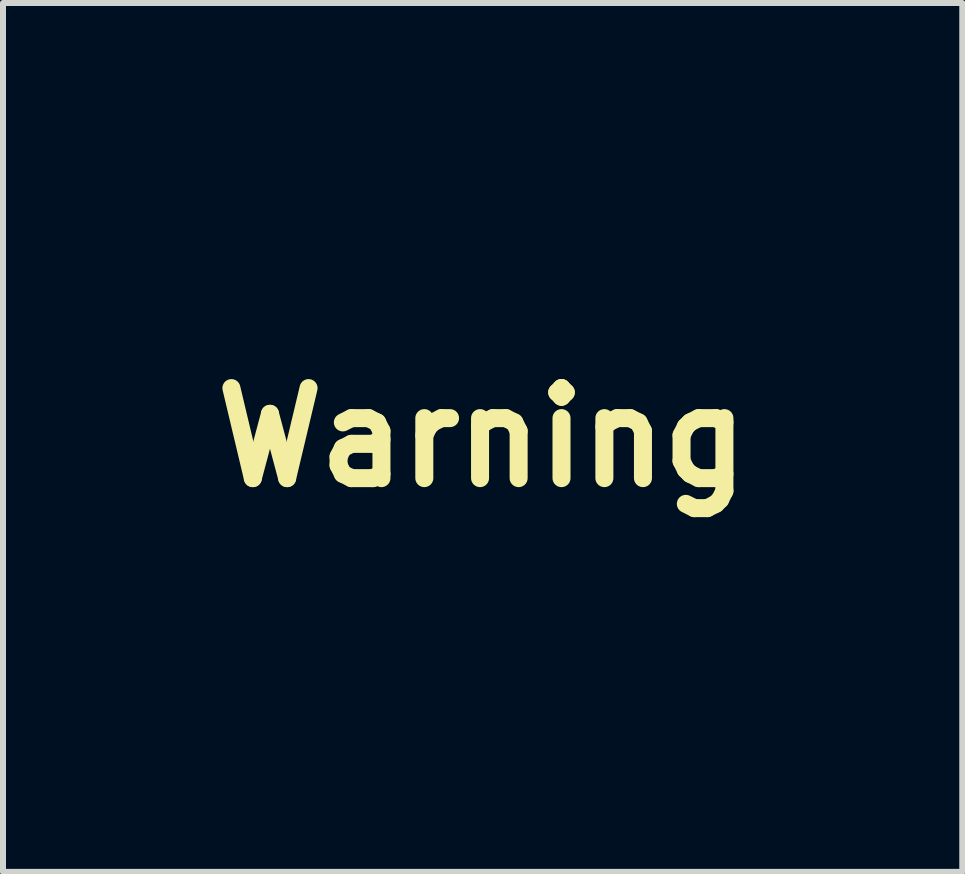
<source format=kicad_pcb>
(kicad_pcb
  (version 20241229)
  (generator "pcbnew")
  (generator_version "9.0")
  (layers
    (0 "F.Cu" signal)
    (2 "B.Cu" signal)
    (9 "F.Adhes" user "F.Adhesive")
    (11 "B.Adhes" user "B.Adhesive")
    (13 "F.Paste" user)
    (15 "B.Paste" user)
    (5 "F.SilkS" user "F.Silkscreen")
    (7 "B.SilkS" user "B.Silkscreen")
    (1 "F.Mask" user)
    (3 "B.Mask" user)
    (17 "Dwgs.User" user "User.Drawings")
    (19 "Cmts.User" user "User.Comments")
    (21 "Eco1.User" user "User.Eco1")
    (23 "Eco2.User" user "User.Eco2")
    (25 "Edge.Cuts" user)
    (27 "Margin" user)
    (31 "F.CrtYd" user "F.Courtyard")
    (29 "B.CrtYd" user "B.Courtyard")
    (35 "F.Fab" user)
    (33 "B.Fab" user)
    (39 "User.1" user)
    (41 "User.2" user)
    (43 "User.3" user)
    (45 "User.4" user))
  (footprint "Warning"
    (layer "F.Cu")
    (at 4.984 4.238)
    (property "Reference" "Warning" (at 0 0 0) (layer "F.SilkS") (effects (font (size 1.5 1.5) (thickness 0.3))))
    (attr board_only exclude_from_pos_files exclude_from_bom)
    (fp_poly (pts (xy 0.082 0.44) (xy 0.135 0.444) (xy 0.175 0.452) (xy 0.211 0.466) (xy 0.239 0.48) (xy 0.344 0.553) (xy 0.425 0.645) (xy 0.483 0.757) (xy 0.503 0.819) (xy 0.518 0.939) (xy 0.505 1.056) (xy 0.465 1.165) (xy 0.399 1.264) (xy 0.31 1.348) (xy 0.221 1.402) (xy 0.153 1.426) (xy 0.067 1.441) (xy -0.022 1.446) (xy -0.103 1.44) (xy -0.137 1.432) (xy -0.2 1.405) (xy -0.27 1.364) (xy -0.335 1.315) (xy -0.385 1.268) (xy -0.391 1.26) (xy -0.457 1.151) (xy -0.494 1.034) (xy -0.502 0.914) (xy -0.487 0.82) (xy -0.442 0.698) (xy -0.372 0.596) (xy -0.279 0.514) (xy -0.223 0.48) (xy -0.184 0.461) (xy -0.147 0.449) (xy -0.104 0.442) (xy -0.045 0.44) (xy 0.008 0.439)) (stroke (width 0) (type solid)) (fill yes) (layer "F.Mask"))
    (fp_poly (pts (xy 4.686 -3.695) (xy 4.754 -3.577) (xy 4.817 -3.466) (xy 4.874 -3.366) (xy 4.921 -3.28) (xy 4.959 -3.21) (xy 4.985 -3.16) (xy 4.998 -3.133) (xy 4.999 -3.129) (xy 4.992 -3.112) (xy 4.97 -3.071) (xy 4.935 -3.007) (xy 4.887 -2.923) (xy 4.83 -2.821) (xy 4.762 -2.702) (xy 4.686 -2.57) (xy 4.603 -2.425) (xy 4.514 -2.271) (xy 4.421 -2.108) (xy 4.404 -2.081) (xy 3.81 -1.056) (xy 3.589 -1.052) (xy 3.367 -1.047) (xy 2.581 0.311) (xy 2.472 0.5) (xy 2.367 0.682) (xy 2.266 0.856) (xy 2.172 1.019) (xy 2.085 1.17) (xy 2.006 1.307) (xy 1.937 1.427) (xy 1.878 1.53) (xy 1.83 1.612) (xy 1.795 1.673) (xy 1.774 1.711) (xy 1.768 1.722) (xy 1.74 1.774) (xy 1.841 1.959) (xy 1.878 2.028) (xy 1.909 2.088) (xy 1.931 2.133) (xy 1.941 2.158) (xy 1.942 2.16) (xy 1.934 2.176) (xy 1.913 2.216) (xy 1.878 2.279) (xy 1.831 2.362) (xy 1.773 2.463) (xy 1.706 2.581) (xy 1.631 2.713) (xy 1.548 2.857) (xy 1.459 3.012) (xy 1.365 3.174) (xy 1.346 3.207) (xy 0.75 4.238) (xy 0.008 4.238) (xy -0.735 4.238) (xy -1.218 3.402) (xy -1.307 3.248) (xy -1.396 3.095) (xy -1.481 2.948) (xy -1.562 2.808) (xy -1.636 2.68) (xy -1.701 2.567) (xy -1.757 2.471) (xy -1.8 2.395) (xy -1.828 2.347) (xy -1.956 2.128) (xy -1.84 1.951) (xy -1.724 1.775) (xy -1.752 1.722) (xy -1.764 1.701) (xy -1.79 1.656) (xy -1.829 1.588) (xy -1.88 1.498) (xy -1.943 1.39) (xy -2.015 1.264) (xy -2.097 1.122) (xy -2.186 0.967) (xy -2.283 0.8) (xy -2.385 0.624) (xy -2.492 0.439) (xy -2.566 0.311) (xy -3.352 -1.047) (xy -3.574 -1.052) (xy -3.795 -1.056) (xy -4.389 -2.081) (xy -4.484 -2.244) (xy -4.574 -2.4) (xy -4.658 -2.546) (xy -4.735 -2.681) (xy -4.804 -2.802) (xy -4.863 -2.907) (xy -4.912 -2.994) (xy -4.949 -3.062) (xy -4.974 -3.107) (xy -4.984 -3.128) (xy -4.984 -3.129) (xy -4.977 -3.147) (xy -4.955 -3.188) (xy -4.922 -3.251) (xy -4.878 -3.331) (xy -4.858 -3.366) (xy -4.007 -3.366) (xy -4 -3.352) (xy -3.977 -3.313) (xy -3.941 -3.249) (xy -3.892 -3.164) (xy -3.831 -3.057) (xy -3.758 -2.93) (xy -3.674 -2.784) (xy -3.58 -2.622) (xy -3.478 -2.443) (xy -3.366 -2.25) (xy -3.248 -2.044) (xy -3.122 -1.826) (xy -2.99 -1.598) (xy -2.853 -1.361) (xy -2.711 -1.115) (xy -2.566 -0.864) (xy -2.418 -0.607) (xy -2.268 -0.347) (xy -2.116 -0.084) (xy -1.964 0.179) (xy -1.811 0.443) (xy -1.66 0.704) (xy -1.511 0.963) (xy -1.364 1.217) (xy -1.22 1.465) (xy -1.081 1.707) (xy -0.946 1.939) (xy -0.817 2.163) (xy -0.694 2.374) (xy -0.579 2.574) (xy -0.471 2.759) (xy -0.373 2.93) (xy -0.284 3.083) (xy -0.205 3.219) (xy -0.137 3.336) (xy -0.081 3.432) (xy -0.038 3.506) (xy -0.008 3.557) (xy 0.007 3.583) (xy 0.01 3.586) (xy 0.017 3.573) (xy 0.04 3.534) (xy 0.077 3.47) (xy 0.127 3.384) (xy 0.19 3.275) (xy 0.265 3.144) (xy 0.352 2.994) (xy 0.45 2.825) (xy 0.558 2.638) (xy 0.676 2.434) (xy 0.802 2.215) (xy 0.938 1.982) (xy 1.08 1.735) (xy 1.23 1.475) (xy 1.387 1.205) (xy 1.549 0.925) (xy 1.716 0.635) (xy 1.888 0.338) (xy 2.011 0.125) (xy 2.186 -0.177) (xy 2.356 -0.473) (xy 2.522 -0.76) (xy 2.683 -1.038) (xy 2.838 -1.306) (xy 2.986 -1.563) (xy 3.127 -1.807) (xy 3.26 -2.037) (xy 3.384 -2.253) (xy 3.499 -2.453) (xy 3.605 -2.636) (xy 3.7 -2.8) (xy 3.784 -2.946) (xy 3.856 -3.071) (xy 3.916 -3.175) (xy 3.962 -3.257) (xy 3.995 -3.314) (xy 4.014 -3.347) (xy 4.018 -3.355) (xy 4.015 -3.357) (xy 4.003 -3.359) (xy 3.982 -3.361) (xy 3.949 -3.363) (xy 3.905 -3.364) (xy 3.849 -3.366) (xy 3.778 -3.367) (xy 3.693 -3.368) (xy 3.592 -3.369) (xy 3.475 -3.37) (xy 3.339 -3.371) (xy 3.185 -3.372) (xy 3.011 -3.373) (xy 2.816 -3.373) (xy 2.599 -3.374) (xy 2.359 -3.374) (xy 2.096 -3.375) (xy 1.807 -3.375) (xy 1.493 -3.375) (xy 1.152 -3.375) (xy 0.783 -3.375) (xy 0.385 -3.375) (xy 0.009 -3.375) (xy -0.34 -3.375) (xy -0.682 -3.375) (xy -1.014 -3.375) (xy -1.336 -3.375) (xy -1.645 -3.374) (xy -1.941 -3.374) (xy -2.223 -3.374) (xy -2.489 -3.373) (xy -2.738 -3.373) (xy -2.968 -3.372) (xy -3.179 -3.372) (xy -3.369 -3.371) (xy -3.537 -3.37) (xy -3.681 -3.369) (xy -3.801 -3.369) (xy -3.895 -3.368) (xy -3.961 -3.367) (xy -3.999 -3.366) (xy -4.007 -3.366) (xy -4.858 -3.366) (xy -4.825 -3.426) (xy -4.764 -3.533) (xy -4.698 -3.649) (xy -4.671 -3.695) (xy -4.357 -4.238) (xy -3.146 -4.238) (xy -1.934 -4.238) (xy -1.829 -4.053) (xy -1.724 -3.869) (xy 0.008 -3.869) (xy 1.741 -3.869) (xy 1.865 -4.054) (xy 1.989 -4.238) (xy 3.181 -4.238) (xy 4.373 -4.238)) (stroke (width 0) (type solid)) (fill yes) (layer "F.Mask")))
  (gr_rect
    (start -3 -3)
    (end 12.983 11.477)
    (stroke (width 0.1) (type default))
    (fill no)
    (layer "Edge.Cuts")))
</source>
